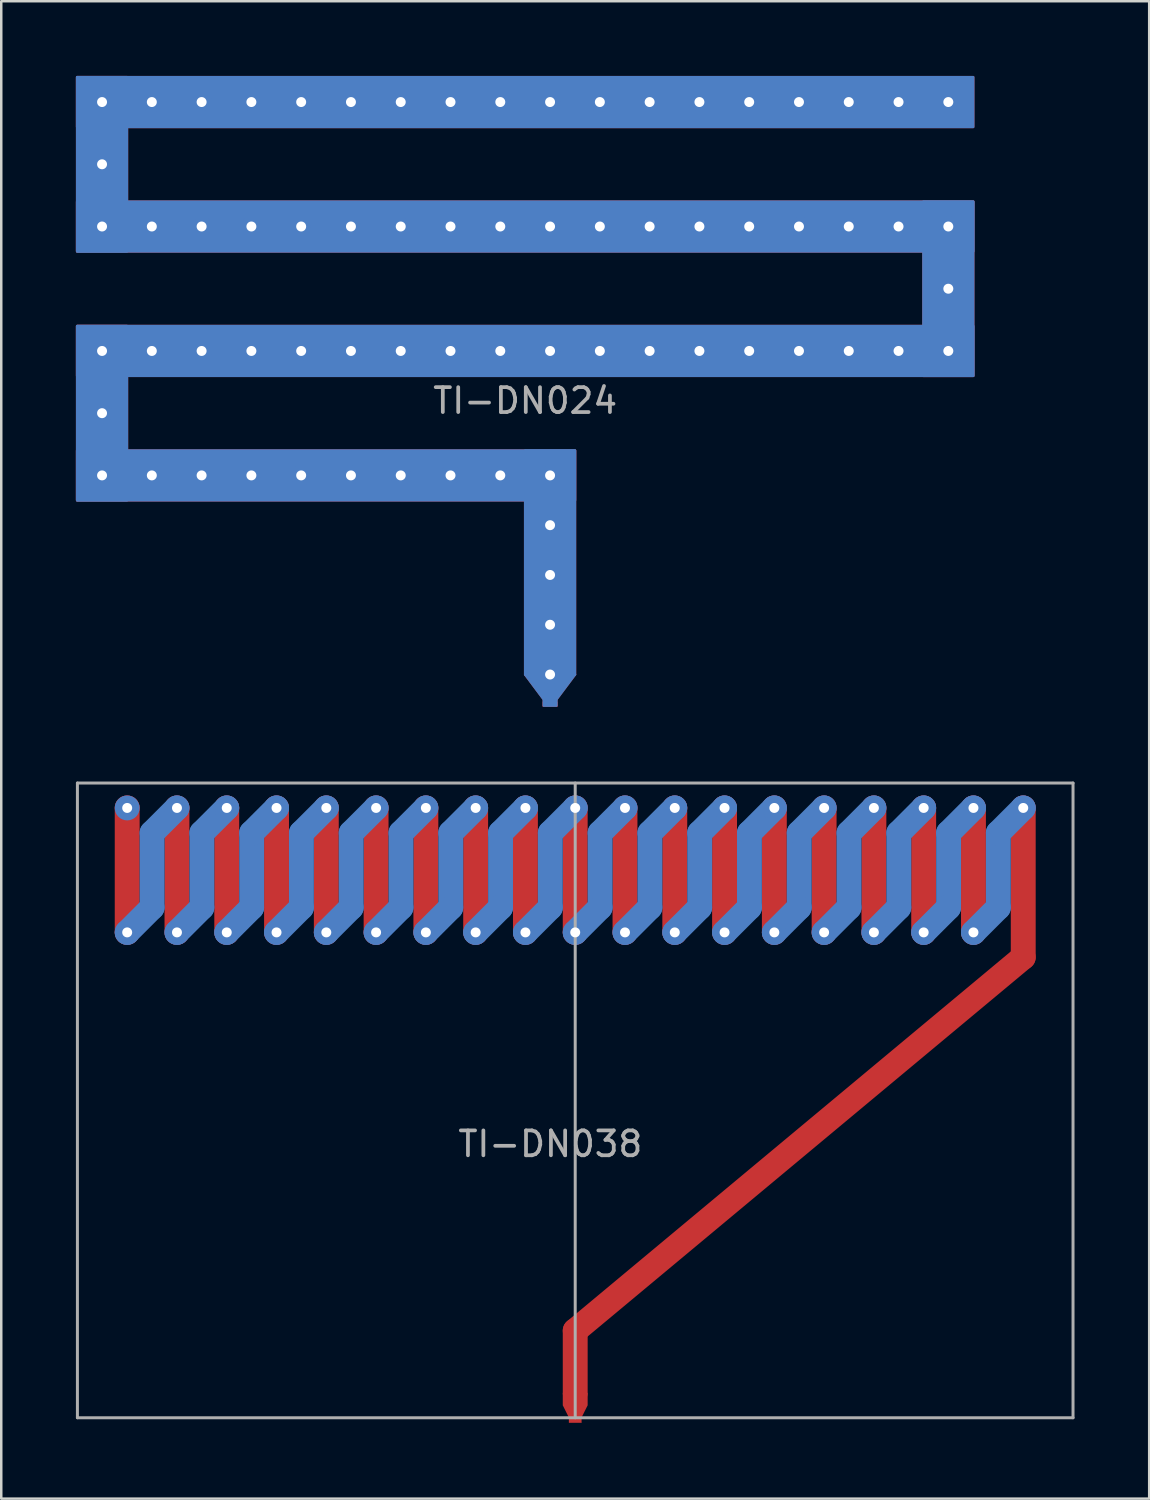
<source format=kicad_pcb>
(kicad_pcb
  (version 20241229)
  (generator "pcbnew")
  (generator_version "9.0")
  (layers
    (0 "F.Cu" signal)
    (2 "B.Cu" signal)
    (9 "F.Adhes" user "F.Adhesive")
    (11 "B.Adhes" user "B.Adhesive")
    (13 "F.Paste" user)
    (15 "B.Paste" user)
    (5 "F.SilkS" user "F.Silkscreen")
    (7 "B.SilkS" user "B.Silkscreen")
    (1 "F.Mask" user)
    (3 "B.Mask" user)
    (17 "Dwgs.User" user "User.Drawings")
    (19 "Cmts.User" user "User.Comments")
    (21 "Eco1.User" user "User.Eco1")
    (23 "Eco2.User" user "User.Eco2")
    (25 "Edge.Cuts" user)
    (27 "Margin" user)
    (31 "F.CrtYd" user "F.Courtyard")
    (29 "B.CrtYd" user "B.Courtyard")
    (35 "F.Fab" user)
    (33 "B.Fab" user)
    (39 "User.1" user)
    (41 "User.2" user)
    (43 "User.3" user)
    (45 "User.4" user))
  (footprint "TI-DN024"
    (layer "F.Cu")
    (at 19.05 11.05)
    (property "Reference" "TI-DN024" (at -1 2 0) (layer "F.Fab") (effects (font (size 1 1) (thickness 0.15))))
    (attr through_hole)
    (fp_poly (pts (xy -19 -11) (xy -19 -4) (xy -17 -4) (xy -17 -11)) (stroke (width 0.1) (type solid)) (fill yes) (layer "F.Cu"))
    (fp_poly (pts (xy -19 -4) (xy 17 -4) (xy 17 -6) (xy -19 -6)) (stroke (width 0.1) (type solid)) (fill yes) (layer "F.Cu"))
    (fp_poly (pts (xy -19 -1) (xy -19 6) (xy -17 6) (xy -17 -1)) (stroke (width 0.1) (type solid)) (fill yes) (layer "F.Cu"))
    (fp_poly (pts (xy -19 6) (xy 1 6) (xy 1 4) (xy -19 4)) (stroke (width 0.1) (type solid)) (fill yes) (layer "F.Cu"))
    (fp_poly (pts (xy -0.25 14.05) (xy 0.25 14.05) (xy 0.25 14.25) (xy -0.25 14.25)) (stroke (width 0.1) (type solid)) (fill yes) (layer "F.Cu"))
    (fp_poly (pts (xy 1 13) (xy -1 13) (xy -1 4) (xy 1 4)) (stroke (width 0.1) (type solid)) (fill yes) (layer "F.Cu"))
    (fp_poly (pts (xy 1 13) (xy -1 13) (xy -0.25 14) (xy 0.25 14)) (stroke (width 0.1) (type solid)) (fill yes) (layer "F.Cu"))
    (fp_poly (pts (xy 17 -11) (xy -19 -11) (xy -19 -9) (xy 17 -9)) (stroke (width 0.1) (type solid)) (fill yes) (layer "F.Cu"))
    (fp_poly (pts (xy 17 -6) (xy 17 1) (xy 15 1) (xy 15 -6)) (stroke (width 0.1) (type solid)) (fill yes) (layer "F.Cu"))
    (fp_poly (pts (xy 17 1) (xy -19 1) (xy -19 -1) (xy 17 -1)) (stroke (width 0.1) (type solid)) (fill yes) (layer "F.Cu"))
    (fp_poly (pts (xy -19 -11) (xy -19 -4) (xy -17 -4) (xy -17 -11)) (stroke (width 0.1) (type solid)) (fill yes) (layer "B.Cu"))
    (fp_poly (pts (xy -19 -1) (xy -17 -1) (xy -17 6) (xy -19 6)) (stroke (width 0.1) (type solid)) (fill yes) (layer "B.Cu"))
    (fp_poly (pts (xy -19 4) (xy 1 4) (xy 1 6) (xy -19 6)) (stroke (width 0.1) (type solid)) (fill yes) (layer "B.Cu"))
    (fp_poly (pts (xy -1 4) (xy 1 4) (xy 1 13) (xy -1 13)) (stroke (width 0.1) (type solid)) (fill yes) (layer "B.Cu"))
    (fp_poly (pts (xy -1 13) (xy 1 13) (xy 0.254 14) (xy -0.254 14)) (stroke (width 0.1) (type solid)) (fill yes) (layer "B.Cu"))
    (fp_poly (pts (xy -0.254 14.047) (xy 0.254 14.046) (xy 0.254 14.249) (xy -0.254 14.25)) (stroke (width 0.1) (type solid)) (fill yes) (layer "B.Cu"))
    (fp_poly (pts (xy 15 -6) (xy 15 1) (xy 17 1) (xy 17 -6)) (stroke (width 0.1) (type solid)) (fill yes) (layer "B.Cu"))
    (fp_poly (pts (xy 17 -11) (xy -19 -11) (xy -19 -9) (xy 17 -9)) (stroke (width 0.1) (type solid)) (fill yes) (layer "B.Cu"))
    (fp_poly (pts (xy 17 -6) (xy -19 -6) (xy -19 -4) (xy 17 -4)) (stroke (width 0.1) (type solid)) (fill yes) (layer "B.Cu"))
    (fp_poly (pts (xy 17 1) (xy -19 1) (xy -19 -1) (xy 17 -1)) (stroke (width 0.1) (type solid)) (fill yes) (layer "B.Cu"))
    (pad "1" thru_hole circle (at -18 -10) (size 0.8 0.8) (drill 0.4) (layers "*.Cu" "*.Mask"))
    (pad "1" thru_hole circle (at -18 -7.5) (size 0.8 0.8) (drill 0.4) (layers "*.Cu" "*.Mask"))
    (pad "1" thru_hole circle (at -18 -5) (size 0.8 0.8) (drill 0.4) (layers "*.Cu" "*.Mask"))
    (pad "1" thru_hole circle (at -18 0) (size 0.8 0.8) (drill 0.4) (layers "*.Cu" "*.Mask"))
    (pad "1" thru_hole circle (at -18 2.5) (size 0.8 0.8) (drill 0.4) (layers "*.Cu" "*.Mask"))
    (pad "1" thru_hole circle (at -18 5) (size 0.8 0.8) (drill 0.4) (layers "*.Cu" "*.Mask"))
    (pad "1" thru_hole circle (at -16 -10) (size 0.8 0.8) (drill 0.4) (layers "*.Cu" "*.Mask"))
    (pad "1" thru_hole circle (at -16 -5) (size 0.8 0.8) (drill 0.4) (layers "*.Cu" "*.Mask"))
    (pad "1" thru_hole circle (at -16 0) (size 0.8 0.8) (drill 0.4) (layers "*.Cu" "*.Mask"))
    (pad "1" thru_hole circle (at -16 5) (size 0.8 0.8) (drill 0.4) (layers "*.Cu" "*.Mask"))
    (pad "1" thru_hole circle (at -14 -10) (size 0.8 0.8) (drill 0.4) (layers "*.Cu" "*.Mask"))
    (pad "1" thru_hole circle (at -14 -5) (size 0.8 0.8) (drill 0.4) (layers "*.Cu" "*.Mask"))
    (pad "1" thru_hole circle (at -14 0) (size 0.8 0.8) (drill 0.4) (layers "*.Cu" "*.Mask"))
    (pad "1" thru_hole circle (at -14 5) (size 0.8 0.8) (drill 0.4) (layers "*.Cu" "*.Mask"))
    (pad "1" thru_hole circle (at -12 -10) (size 0.8 0.8) (drill 0.4) (layers "*.Cu" "*.Mask"))
    (pad "1" thru_hole circle (at -12 -5) (size 0.8 0.8) (drill 0.4) (layers "*.Cu" "*.Mask"))
    (pad "1" thru_hole circle (at -12 0) (size 0.8 0.8) (drill 0.4) (layers "*.Cu" "*.Mask"))
    (pad "1" thru_hole circle (at -12 5) (size 0.8 0.8) (drill 0.4) (layers "*.Cu" "*.Mask"))
    (pad "1" thru_hole circle (at -10 -10) (size 0.8 0.8) (drill 0.4) (layers "*.Cu" "*.Mask"))
    (pad "1" thru_hole circle (at -10 -5) (size 0.8 0.8) (drill 0.4) (layers "*.Cu" "*.Mask"))
    (pad "1" thru_hole circle (at -10 0) (size 0.8 0.8) (drill 0.4) (layers "*.Cu" "*.Mask"))
    (pad "1" thru_hole circle (at -10 5) (size 0.8 0.8) (drill 0.4) (layers "*.Cu" "*.Mask"))
    (pad "1" thru_hole circle (at -8 -10) (size 0.8 0.8) (drill 0.4) (layers "*.Cu" "*.Mask"))
    (pad "1" thru_hole circle (at -8 -5) (size 0.8 0.8) (drill 0.4) (layers "*.Cu" "*.Mask"))
    (pad "1" thru_hole circle (at -8 0) (size 0.8 0.8) (drill 0.4) (layers "*.Cu" "*.Mask"))
    (pad "1" thru_hole circle (at -8 5) (size 0.8 0.8) (drill 0.4) (layers "*.Cu" "*.Mask"))
    (pad "1" thru_hole circle (at -6 -10) (size 0.8 0.8) (drill 0.4) (layers "*.Cu" "*.Mask"))
    (pad "1" thru_hole circle (at -6 -5) (size 0.8 0.8) (drill 0.4) (layers "*.Cu" "*.Mask"))
    (pad "1" thru_hole circle (at -6 0) (size 0.8 0.8) (drill 0.4) (layers "*.Cu" "*.Mask"))
    (pad "1" thru_hole circle (at -6 5) (size 0.8 0.8) (drill 0.4) (layers "*.Cu" "*.Mask"))
    (pad "1" thru_hole circle (at -4 -10) (size 0.8 0.8) (drill 0.4) (layers "*.Cu" "*.Mask"))
    (pad "1" thru_hole circle (at -4 -5) (size 0.8 0.8) (drill 0.4) (layers "*.Cu" "*.Mask"))
    (pad "1" thru_hole circle (at -4 0) (size 0.8 0.8) (drill 0.4) (layers "*.Cu" "*.Mask"))
    (pad "1" thru_hole circle (at -4 5) (size 0.8 0.8) (drill 0.4) (layers "*.Cu" "*.Mask"))
    (pad "1" thru_hole circle (at -2 -10) (size 0.8 0.8) (drill 0.4) (layers "*.Cu" "*.Mask"))
    (pad "1" thru_hole circle (at -2 -5) (size 0.8 0.8) (drill 0.4) (layers "*.Cu" "*.Mask"))
    (pad "1" thru_hole circle (at -2 0) (size 0.8 0.8) (drill 0.4) (layers "*.Cu" "*.Mask"))
    (pad "1" thru_hole circle (at -2 5) (size 0.8 0.8) (drill 0.4) (layers "*.Cu" "*.Mask"))
    (pad "1" thru_hole circle (at 0 -10) (size 0.8 0.8) (drill 0.4) (layers "*.Cu" "*.Mask"))
    (pad "1" thru_hole circle (at 0 -5) (size 0.8 0.8) (drill 0.4) (layers "*.Cu" "*.Mask"))
    (pad "1" thru_hole circle (at 0 0) (size 0.8 0.8) (drill 0.4) (layers "*.Cu" "*.Mask"))
    (pad "1" thru_hole circle (at 0 5) (size 0.8 0.8) (drill 0.4) (layers "*.Cu" "*.Mask"))
    (pad "1" thru_hole circle (at 0 7) (size 0.8 0.8) (drill 0.4) (layers "*.Cu" "*.Mask"))
    (pad "1" thru_hole circle (at 0 9) (size 0.8 0.8) (drill 0.4) (layers "*.Cu" "*.Mask"))
    (pad "1" thru_hole circle (at 0 11) (size 0.8 0.8) (drill 0.4) (layers "*.Cu" "*.Mask"))
    (pad "1" thru_hole circle (at 0 13) (size 0.8 0.8) (drill 0.4) (layers "*.Cu" "*.Mask"))
    (pad "1" smd rect (at 0 14.2) (size 0.6 0.2) (layers "F.Cu" "F.Mask" "F.Paste"))
    (pad "1" thru_hole circle (at 2 -10) (size 0.8 0.8) (drill 0.4) (layers "*.Cu" "*.Mask"))
    (pad "1" thru_hole circle (at 2 -5) (size 0.8 0.8) (drill 0.4) (layers "*.Cu" "*.Mask"))
    (pad "1" thru_hole circle (at 2 0) (size 0.8 0.8) (drill 0.4) (layers "*.Cu" "*.Mask"))
    (pad "1" thru_hole circle (at 4 -10) (size 0.8 0.8) (drill 0.4) (layers "*.Cu" "*.Mask"))
    (pad "1" thru_hole circle (at 4 -5) (size 0.8 0.8) (drill 0.4) (layers "*.Cu" "*.Mask"))
    (pad "1" thru_hole circle (at 4 0) (size 0.8 0.8) (drill 0.4) (layers "*.Cu" "*.Mask"))
    (pad "1" thru_hole circle (at 6 -10) (size 0.8 0.8) (drill 0.4) (layers "*.Cu" "*.Mask"))
    (pad "1" thru_hole circle (at 6 -5) (size 0.8 0.8) (drill 0.4) (layers "*.Cu" "*.Mask"))
    (pad "1" thru_hole circle (at 6 0) (size 0.8 0.8) (drill 0.4) (layers "*.Cu" "*.Mask"))
    (pad "1" thru_hole circle (at 8 -10) (size 0.8 0.8) (drill 0.4) (layers "*.Cu" "*.Mask"))
    (pad "1" thru_hole circle (at 8 -5) (size 0.8 0.8) (drill 0.4) (layers "*.Cu" "*.Mask"))
    (pad "1" thru_hole circle (at 8 0) (size 0.8 0.8) (drill 0.4) (layers "*.Cu" "*.Mask"))
    (pad "1" thru_hole circle (at 10 -10) (size 0.8 0.8) (drill 0.4) (layers "*.Cu" "*.Mask"))
    (pad "1" thru_hole circle (at 10 -5) (size 0.8 0.8) (drill 0.4) (layers "*.Cu" "*.Mask"))
    (pad "1" thru_hole circle (at 10 0) (size 0.8 0.8) (drill 0.4) (layers "*.Cu" "*.Mask"))
    (pad "1" thru_hole circle (at 12 -10) (size 0.8 0.8) (drill 0.4) (layers "*.Cu" "*.Mask"))
    (pad "1" thru_hole circle (at 12 -5) (size 0.8 0.8) (drill 0.4) (layers "*.Cu" "*.Mask"))
    (pad "1" thru_hole circle (at 12 0) (size 0.8 0.8) (drill 0.4) (layers "*.Cu" "*.Mask"))
    (pad "1" thru_hole circle (at 14 -10) (size 0.8 0.8) (drill 0.4) (layers "*.Cu" "*.Mask"))
    (pad "1" thru_hole circle (at 14 -5) (size 0.8 0.8) (drill 0.4) (layers "*.Cu" "*.Mask"))
    (pad "1" thru_hole circle (at 14 0) (size 0.8 0.8) (drill 0.4) (layers "*.Cu" "*.Mask"))
    (pad "1" thru_hole circle (at 16 -10) (size 0.8 0.8) (drill 0.4) (layers "*.Cu" "*.Mask"))
    (pad "1" thru_hole circle (at 16 -5) (size 0.8 0.8) (drill 0.4) (layers "*.Cu" "*.Mask"))
    (pad "1" thru_hole circle (at 16 -2.5) (size 0.8 0.8) (drill 0.4) (layers "*.Cu" "*.Mask"))
    (pad "1" thru_hole circle (at 16 0) (size 0.8 0.8) (drill 0.4) (layers "*.Cu" "*.Mask")))
  (footprint "TI-DN038"
    (layer "F.Cu")
    (at 20.06 53.91)
    (property "Reference" "TI-DN038" (at -1 -11 0) (layer "F.Fab") (effects (font (size 1 1) (thickness 0.15))))
    (attr through_hole)
    (fp_line (start -18 -19.5) (end -18 -24.5) (stroke (width 1) (type solid)) (layer "F.Cu"))
    (fp_line (start -16 -19.5) (end -16 -24.5) (stroke (width 1) (type solid)) (layer "F.Cu"))
    (fp_line (start -14 -19.5) (end -14 -24.5) (stroke (width 1) (type solid)) (layer "F.Cu"))
    (fp_line (start -12 -19.5) (end -12 -24.5) (stroke (width 1) (type solid)) (layer "F.Cu"))
    (fp_line (start -10 -19.5) (end -10 -24.5) (stroke (width 1) (type solid)) (layer "F.Cu"))
    (fp_line (start -8 -19.5) (end -8 -24.5) (stroke (width 1) (type solid)) (layer "F.Cu"))
    (fp_line (start -6 -19.5) (end -6 -24.5) (stroke (width 1) (type solid)) (layer "F.Cu"))
    (fp_line (start -4 -19.5) (end -4 -24.5) (stroke (width 1) (type solid)) (layer "F.Cu"))
    (fp_line (start -2 -19.5) (end -2 -24.5) (stroke (width 1) (type solid)) (layer "F.Cu"))
    (fp_line (start 0 -19.5) (end 0 -24.5) (stroke (width 1) (type solid)) (layer "F.Cu"))
    (fp_line (start 0 -3.5) (end 18 -18.5) (stroke (width 1) (type solid)) (layer "F.Cu"))
    (fp_line (start 0 -1) (end 0 -3.5) (stroke (width 1) (type solid)) (layer "F.Cu"))
    (fp_line (start 2 -19.5) (end 2 -24.5) (stroke (width 1) (type solid)) (layer "F.Cu"))
    (fp_line (start 4 -19.5) (end 4 -24.5) (stroke (width 1) (type solid)) (layer "F.Cu"))
    (fp_line (start 6 -19.5) (end 6 -24.5) (stroke (width 1) (type solid)) (layer "F.Cu"))
    (fp_line (start 8 -19.5) (end 8 -24.5) (stroke (width 1) (type solid)) (layer "F.Cu"))
    (fp_line (start 10 -19.5) (end 10 -24.5) (stroke (width 1) (type solid)) (layer "F.Cu"))
    (fp_line (start 12 -19.5) (end 12 -24.5) (stroke (width 1) (type solid)) (layer "F.Cu"))
    (fp_line (start 14 -19.5) (end 14 -24.5) (stroke (width 1) (type solid)) (layer "F.Cu"))
    (fp_line (start 16 -19.5) (end 16 -24.5) (stroke (width 1) (type solid)) (layer "F.Cu"))
    (fp_line (start 18 -18.5) (end 18 -24.5) (stroke (width 1) (type solid)) (layer "F.Cu"))
    (fp_poly (pts (xy -0.25 0) (xy 0.25 0) (xy 0.25 0.2) (xy -0.25 0.2)) (stroke (width 0.01) (type solid)) (fill yes) (layer "F.Cu"))
    (fp_poly (pts (xy -0.25 0) (xy -0.5 -0.5) (xy -0.5 -1) (xy 0.5 -1) (xy 0.5 -0.5) (xy 0.25 0)) (stroke (width 0.001) (type solid)) (fill yes) (layer "F.Cu"))
    (fp_line (start -17 -23.5) (end -17 -20.5) (stroke (width 1) (type solid)) (layer "B.Cu"))
    (fp_line (start -17 -20.5) (end -18 -19.5) (stroke (width 1) (type solid)) (layer "B.Cu"))
    (fp_line (start -16 -24.5) (end -17 -23.5) (stroke (width 1) (type solid)) (layer "B.Cu"))
    (fp_line (start -15 -23.5) (end -15 -20.5) (stroke (width 1) (type solid)) (layer "B.Cu"))
    (fp_line (start -15 -20.5) (end -16 -19.5) (stroke (width 1) (type solid)) (layer "B.Cu"))
    (fp_line (start -14 -24.5) (end -15 -23.5) (stroke (width 1) (type solid)) (layer "B.Cu"))
    (fp_line (start -13 -23.5) (end -13 -20.5) (stroke (width 1) (type solid)) (layer "B.Cu"))
    (fp_line (start -13 -20.5) (end -14 -19.5) (stroke (width 1) (type solid)) (layer "B.Cu"))
    (fp_line (start -12 -24.5) (end -13 -23.5) (stroke (width 1) (type solid)) (layer "B.Cu"))
    (fp_line (start -11 -23.5) (end -11 -20.5) (stroke (width 1) (type solid)) (layer "B.Cu"))
    (fp_line (start -11 -20.5) (end -12 -19.5) (stroke (width 1) (type solid)) (layer "B.Cu"))
    (fp_line (start -10 -24.5) (end -11 -23.5) (stroke (width 1) (type solid)) (layer "B.Cu"))
    (fp_line (start -9 -23.5) (end -9 -20.5) (stroke (width 1) (type solid)) (layer "B.Cu"))
    (fp_line (start -9 -20.5) (end -10 -19.5) (stroke (width 1) (type solid)) (layer "B.Cu"))
    (fp_line (start -8 -24.5) (end -9 -23.5) (stroke (width 1) (type solid)) (layer "B.Cu"))
    (fp_line (start -7 -23.5) (end -7 -20.5) (stroke (width 1) (type solid)) (layer "B.Cu"))
    (fp_line (start -7 -20.5) (end -8 -19.5) (stroke (width 1) (type solid)) (layer "B.Cu"))
    (fp_line (start -6 -24.5) (end -7 -23.5) (stroke (width 1) (type solid)) (layer "B.Cu"))
    (fp_line (start -5 -23.5) (end -5 -20.5) (stroke (width 1) (type solid)) (layer "B.Cu"))
    (fp_line (start -5 -20.5) (end -6 -19.5) (stroke (width 1) (type solid)) (layer "B.Cu"))
    (fp_line (start -4 -24.5) (end -5 -23.5) (stroke (width 1) (type solid)) (layer "B.Cu"))
    (fp_line (start -3 -23.5) (end -3 -20.5) (stroke (width 1) (type solid)) (layer "B.Cu"))
    (fp_line (start -3 -20.5) (end -4 -19.5) (stroke (width 1) (type solid)) (layer "B.Cu"))
    (fp_line (start -2 -24.5) (end -3 -23.5) (stroke (width 1) (type solid)) (layer "B.Cu"))
    (fp_line (start -1 -23.5) (end -1 -20.5) (stroke (width 1) (type solid)) (layer "B.Cu"))
    (fp_line (start -1 -20.5) (end -2 -19.5) (stroke (width 1) (type solid)) (layer "B.Cu"))
    (fp_line (start 0 -24.5) (end -1 -23.5) (stroke (width 1) (type solid)) (layer "B.Cu"))
    (fp_line (start 1 -23.5) (end 1 -20.5) (stroke (width 1) (type solid)) (layer "B.Cu"))
    (fp_line (start 1 -20.5) (end 0 -19.5) (stroke (width 1) (type solid)) (layer "B.Cu"))
    (fp_line (start 2 -24.5) (end 1 -23.5) (stroke (width 1) (type solid)) (layer "B.Cu"))
    (fp_line (start 3 -23.5) (end 3 -20.5) (stroke (width 1) (type solid)) (layer "B.Cu"))
    (fp_line (start 3 -20.5) (end 2 -19.5) (stroke (width 1) (type solid)) (layer "B.Cu"))
    (fp_line (start 4 -24.5) (end 3 -23.5) (stroke (width 1) (type solid)) (layer "B.Cu"))
    (fp_line (start 5 -23.5) (end 5 -20.5) (stroke (width 1) (type solid)) (layer "B.Cu"))
    (fp_line (start 5 -20.5) (end 4 -19.5) (stroke (width 1) (type solid)) (layer "B.Cu"))
    (fp_line (start 6 -24.5) (end 5 -23.5) (stroke (width 1) (type solid)) (layer "B.Cu"))
    (fp_line (start 7 -23.5) (end 7 -20.5) (stroke (width 1) (type solid)) (layer "B.Cu"))
    (fp_line (start 7 -20.5) (end 6 -19.5) (stroke (width 1) (type solid)) (layer "B.Cu"))
    (fp_line (start 8 -24.5) (end 7 -23.5) (stroke (width 1) (type solid)) (layer "B.Cu"))
    (fp_line (start 9 -23.5) (end 9 -20.5) (stroke (width 1) (type solid)) (layer "B.Cu"))
    (fp_line (start 9 -20.5) (end 8 -19.5) (stroke (width 1) (type solid)) (layer "B.Cu"))
    (fp_line (start 10 -24.5) (end 9 -23.5) (stroke (width 1) (type solid)) (layer "B.Cu"))
    (fp_line (start 11 -23.5) (end 11 -20.5) (stroke (width 1) (type solid)) (layer "B.Cu"))
    (fp_line (start 11 -20.5) (end 10 -19.5) (stroke (width 1) (type solid)) (layer "B.Cu"))
    (fp_line (start 12 -24.5) (end 11 -23.5) (stroke (width 1) (type solid)) (layer "B.Cu"))
    (fp_line (start 13 -23.5) (end 13 -20.5) (stroke (width 1) (type solid)) (layer "B.Cu"))
    (fp_line (start 13 -20.5) (end 12 -19.5) (stroke (width 1) (type solid)) (layer "B.Cu"))
    (fp_line (start 14 -24.5) (end 13 -23.5) (stroke (width 1) (type solid)) (layer "B.Cu"))
    (fp_line (start 15 -23.5) (end 15 -20.5) (stroke (width 1) (type solid)) (layer "B.Cu"))
    (fp_line (start 15 -20.5) (end 14 -19.5) (stroke (width 1) (type solid)) (layer "B.Cu"))
    (fp_line (start 16 -24.5) (end 15 -23.5) (stroke (width 1) (type solid)) (layer "B.Cu"))
    (fp_line (start 17 -23.5) (end 17 -20.5) (stroke (width 1) (type solid)) (layer "B.Cu"))
    (fp_line (start 17 -20.5) (end 16 -19.5) (stroke (width 1) (type solid)) (layer "B.Cu"))
    (fp_line (start 18 -24.5) (end 17 -23.5) (stroke (width 1) (type solid)) (layer "B.Cu"))
    (fp_line (start -20 -25.5) (end 20 -25.5) (stroke (width 0.12) (type solid)) (layer "F.Fab"))
    (fp_line (start -20 0) (end -20 -25.5) (stroke (width 0.12) (type solid)) (layer "F.Fab"))
    (fp_line (start 0 0) (end 0 -25.5) (stroke (width 0.12) (type solid)) (layer "F.Fab"))
    (fp_line (start 20 -25.5) (end 20 0) (stroke (width 0.12) (type solid)) (layer "F.Fab"))
    (fp_line (start 20 0) (end -20 0) (stroke (width 0.12) (type solid)) (layer "F.Fab"))
    (pad "" thru_hole circle (at -18 -24.5 180) (size 1 1) (drill 0.4) (layers "*.Cu"))
    (pad "" thru_hole circle (at -18 -19.5 180) (size 1 1) (drill 0.4) (layers "*.Cu"))
    (pad "" thru_hole circle (at -16 -24.5 180) (size 1 1) (drill 0.4) (layers "*.Cu"))
    (pad "" thru_hole circle (at -16 -19.5 180) (size 1 1) (drill 0.4) (layers "*.Cu"))
    (pad "" thru_hole circle (at -14 -24.5 180) (size 1 1) (drill 0.4) (layers "*.Cu"))
    (pad "" thru_hole circle (at -14 -19.5 180) (size 1 1) (drill 0.4) (layers "*.Cu"))
    (pad "" thru_hole circle (at -12 -24.5 180) (size 1 1) (drill 0.4) (layers "*.Cu"))
    (pad "" thru_hole circle (at -12 -19.5 180) (size 1 1) (drill 0.4) (layers "*.Cu"))
    (pad "" thru_hole circle (at -10 -24.5 180) (size 1 1) (drill 0.4) (layers "*.Cu"))
    (pad "" thru_hole circle (at -10 -19.5 180) (size 1 1) (drill 0.4) (layers "*.Cu"))
    (pad "" thru_hole circle (at -8 -24.5 180) (size 1 1) (drill 0.4) (layers "*.Cu"))
    (pad "" thru_hole circle (at -8 -19.5 180) (size 1 1) (drill 0.4) (layers "*.Cu"))
    (pad "" thru_hole circle (at -6 -24.5 180) (size 1 1) (drill 0.4) (layers "*.Cu"))
    (pad "" thru_hole circle (at -6 -19.5 180) (size 1 1) (drill 0.4) (layers "*.Cu"))
    (pad "" thru_hole circle (at -4 -24.5 180) (size 1 1) (drill 0.4) (layers "*.Cu"))
    (pad "" thru_hole circle (at -4 -19.5 180) (size 1 1) (drill 0.4) (layers "*.Cu"))
    (pad "" thru_hole circle (at -2 -24.5 180) (size 1 1) (drill 0.4) (layers "*.Cu"))
    (pad "" thru_hole circle (at -2 -19.5 180) (size 1 1) (drill 0.4) (layers "*.Cu"))
    (pad "" thru_hole circle (at 0 -24.5 180) (size 1 1) (drill 0.4) (layers "*.Cu"))
    (pad "" thru_hole circle (at 0 -19.5 180) (size 1 1) (drill 0.4) (layers "*.Cu"))
    (pad "" thru_hole circle (at 2 -24.5 180) (size 1 1) (drill 0.4) (layers "*.Cu"))
    (pad "" thru_hole circle (at 2 -19.5 180) (size 1 1) (drill 0.4) (layers "*.Cu"))
    (pad "" thru_hole circle (at 4 -24.5 180) (size 1 1) (drill 0.4) (layers "*.Cu"))
    (pad "" thru_hole circle (at 4 -19.5 180) (size 1 1) (drill 0.4) (layers "*.Cu"))
    (pad "" thru_hole circle (at 6 -24.5 180) (size 1 1) (drill 0.4) (layers "*.Cu"))
    (pad "" thru_hole circle (at 6 -19.5 180) (size 1 1) (drill 0.4) (layers "*.Cu"))
    (pad "" thru_hole circle (at 8 -24.5 180) (size 1 1) (drill 0.4) (layers "*.Cu"))
    (pad "" thru_hole circle (at 8 -19.5 180) (size 1 1) (drill 0.4) (layers "*.Cu"))
    (pad "" thru_hole circle (at 10 -24.5 180) (size 1 1) (drill 0.4) (layers "*.Cu"))
    (pad "" thru_hole circle (at 10 -19.5 180) (size 1 1) (drill 0.4) (layers "*.Cu"))
    (pad "" thru_hole circle (at 12 -24.5 180) (size 1 1) (drill 0.4) (layers "*.Cu"))
    (pad "" thru_hole circle (at 12 -19.5 180) (size 1 1) (drill 0.4) (layers "*.Cu"))
    (pad "" thru_hole circle (at 14 -24.5 180) (size 1 1) (drill 0.4) (layers "*.Cu"))
    (pad "" thru_hole circle (at 14 -19.5 180) (size 1 1) (drill 0.4) (layers "*.Cu"))
    (pad "" thru_hole circle (at 16 -24.5 180) (size 1 1) (drill 0.4) (layers "*.Cu"))
    (pad "" thru_hole circle (at 16 -19.5 180) (size 1 1) (drill 0.4) (layers "*.Cu"))
    (pad "" thru_hole circle (at 18 -24.5 180) (size 1 1) (drill 0.4) (layers "*.Cu")))
  (gr_rect
    (start -3 -3)
    (end 43.12 57.16)
    (stroke (width 0.1) (type default))
    (fill no)
    (layer "Edge.Cuts")))
</source>
